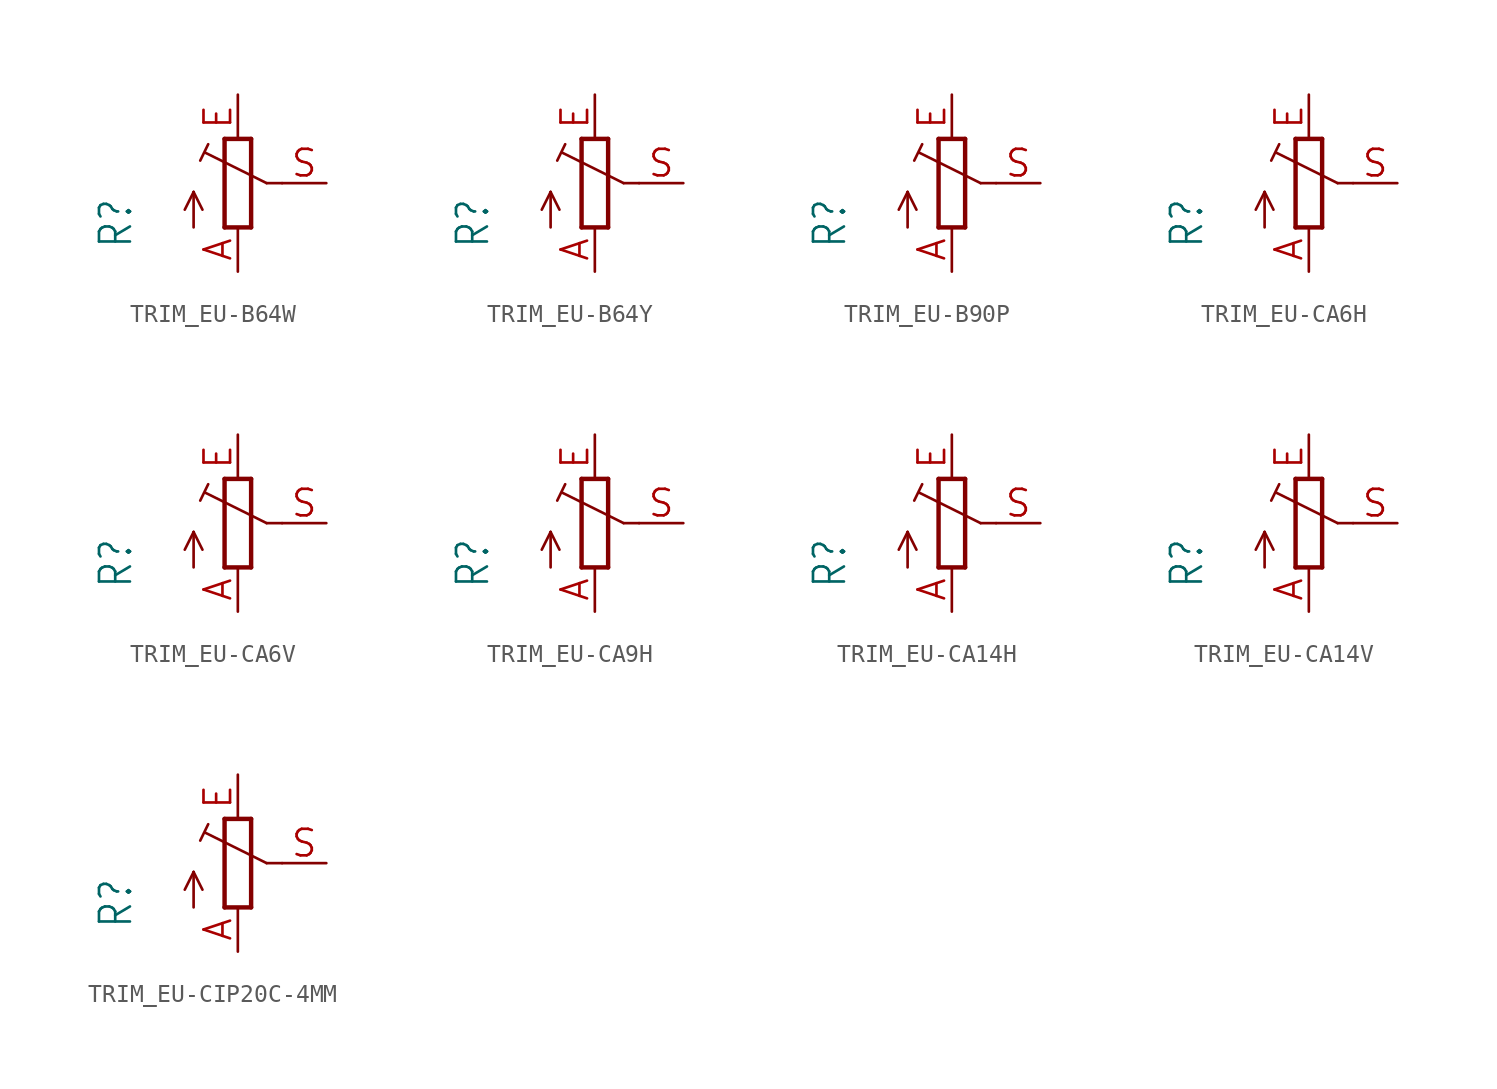
<source format=kicad_sym>
(kicad_symbol_lib
  (version 20241209)
  (generator "kicad_symbol_editor")
  (generator_version "9.0")
  (symbol "TRIM_EU-B64W"
    (property "Reference" "R"
      (at -5.969 -3.81 90)
      (effects (font (size 1.778 1.511)) (justify left bottom)))
    (property "Value" ""
      (at -3.81 -3.81 90)
      (effects (font (size 1.778 1.511)) (justify left bottom)))
    (property "ki_locked" ""
      (at 0 0 0)
      (effects (font (size 1.27 1.27))))
    (symbol "TRIM_EU-B64W_1_0"
      (polyline (pts (xy -2.54 -0.508) (xy -3.048 -1.524)) (stroke (width 0.152) (type solid)) (fill (type none)))
      (polyline (pts (xy -2.54 -0.508) (xy -2.032 -1.524)) (stroke (width 0.152) (type solid)) (fill (type none)))
      (polyline (pts (xy -2.54 -2.54) (xy -2.54 -0.508)) (stroke (width 0.152) (type solid)) (fill (type none)))
      (polyline (pts (xy -2.16 1.294) (xy -1.702 2.235)) (stroke (width 0.152) (type solid)) (fill (type none)))
      (polyline (pts (xy -0.762 2.54) (xy -0.762 -2.54)) (stroke (width 0.254) (type solid)) (fill (type none)))
      (polyline (pts (xy -0.762 -2.54) (xy 0.762 -2.54)) (stroke (width 0.254) (type solid)) (fill (type none)))
      (polyline (pts (xy 0.762 2.54) (xy -0.762 2.54)) (stroke (width 0.254) (type solid)) (fill (type none)))
      (polyline (pts (xy 0.762 -2.54) (xy 0.762 2.54)) (stroke (width 0.254) (type solid)) (fill (type none)))
      (polyline (pts (xy 1.651 0) (xy -1.88 1.753)) (stroke (width 0.152) (type solid)) (fill (type none)))
      (polyline (pts (xy 2.54 0) (xy 1.651 0)) (stroke (width 0.152) (type solid)) (fill (type none)))
      (pin passive line (at 0 5.08 270) (length 2.54) (name "E" (effects (font (size 0 0)))) (number "E" (effects (font (size 1.524 1.524)))))
      (pin passive line (at 0 -5.08 90) (length 2.54) (name "A" (effects (font (size 0 0)))) (number "A" (effects (font (size 1.524 1.524)))))
      (pin passive line (at 5.08 0 180) (length 2.54) (name "S" (effects (font (size 0 0)))) (number "S" (effects (font (size 1.524 1.524)))))))
  (symbol "TRIM_EU-B64Y"
    (property "Reference" "R"
      (at -5.969 -3.81 90)
      (effects (font (size 1.778 1.511)) (justify left bottom)))
    (property "Value" ""
      (at -3.81 -3.81 90)
      (effects (font (size 1.778 1.511)) (justify left bottom)))
    (property "ki_locked" ""
      (at 0 0 0)
      (effects (font (size 1.27 1.27))))
    (symbol "TRIM_EU-B64Y_1_0"
      (polyline (pts (xy -2.54 -0.508) (xy -3.048 -1.524)) (stroke (width 0.152) (type solid)) (fill (type none)))
      (polyline (pts (xy -2.54 -0.508) (xy -2.032 -1.524)) (stroke (width 0.152) (type solid)) (fill (type none)))
      (polyline (pts (xy -2.54 -2.54) (xy -2.54 -0.508)) (stroke (width 0.152) (type solid)) (fill (type none)))
      (polyline (pts (xy -2.16 1.294) (xy -1.702 2.235)) (stroke (width 0.152) (type solid)) (fill (type none)))
      (polyline (pts (xy -0.762 2.54) (xy -0.762 -2.54)) (stroke (width 0.254) (type solid)) (fill (type none)))
      (polyline (pts (xy -0.762 -2.54) (xy 0.762 -2.54)) (stroke (width 0.254) (type solid)) (fill (type none)))
      (polyline (pts (xy 0.762 2.54) (xy -0.762 2.54)) (stroke (width 0.254) (type solid)) (fill (type none)))
      (polyline (pts (xy 0.762 -2.54) (xy 0.762 2.54)) (stroke (width 0.254) (type solid)) (fill (type none)))
      (polyline (pts (xy 1.651 0) (xy -1.88 1.753)) (stroke (width 0.152) (type solid)) (fill (type none)))
      (polyline (pts (xy 2.54 0) (xy 1.651 0)) (stroke (width 0.152) (type solid)) (fill (type none)))
      (pin passive line (at 0 5.08 270) (length 2.54) (name "E" (effects (font (size 0 0)))) (number "E" (effects (font (size 1.524 1.524)))))
      (pin passive line (at 0 -5.08 90) (length 2.54) (name "A" (effects (font (size 0 0)))) (number "A" (effects (font (size 1.524 1.524)))))
      (pin passive line (at 5.08 0 180) (length 2.54) (name "S" (effects (font (size 0 0)))) (number "S" (effects (font (size 1.524 1.524)))))))
  (symbol "TRIM_EU-B90P"
    (property "Reference" "R"
      (at -5.969 -3.81 90)
      (effects (font (size 1.778 1.511)) (justify left bottom)))
    (property "Value" ""
      (at -3.81 -3.81 90)
      (effects (font (size 1.778 1.511)) (justify left bottom)))
    (property "ki_locked" ""
      (at 0 0 0)
      (effects (font (size 1.27 1.27))))
    (symbol "TRIM_EU-B90P_1_0"
      (polyline (pts (xy -2.54 -0.508) (xy -3.048 -1.524)) (stroke (width 0.152) (type solid)) (fill (type none)))
      (polyline (pts (xy -2.54 -0.508) (xy -2.032 -1.524)) (stroke (width 0.152) (type solid)) (fill (type none)))
      (polyline (pts (xy -2.54 -2.54) (xy -2.54 -0.508)) (stroke (width 0.152) (type solid)) (fill (type none)))
      (polyline (pts (xy -2.16 1.294) (xy -1.702 2.235)) (stroke (width 0.152) (type solid)) (fill (type none)))
      (polyline (pts (xy -0.762 2.54) (xy -0.762 -2.54)) (stroke (width 0.254) (type solid)) (fill (type none)))
      (polyline (pts (xy -0.762 -2.54) (xy 0.762 -2.54)) (stroke (width 0.254) (type solid)) (fill (type none)))
      (polyline (pts (xy 0.762 2.54) (xy -0.762 2.54)) (stroke (width 0.254) (type solid)) (fill (type none)))
      (polyline (pts (xy 0.762 -2.54) (xy 0.762 2.54)) (stroke (width 0.254) (type solid)) (fill (type none)))
      (polyline (pts (xy 1.651 0) (xy -1.88 1.753)) (stroke (width 0.152) (type solid)) (fill (type none)))
      (polyline (pts (xy 2.54 0) (xy 1.651 0)) (stroke (width 0.152) (type solid)) (fill (type none)))
      (pin passive line (at 0 5.08 270) (length 2.54) (name "E" (effects (font (size 0 0)))) (number "E" (effects (font (size 1.524 1.524)))))
      (pin passive line (at 0 -5.08 90) (length 2.54) (name "A" (effects (font (size 0 0)))) (number "A" (effects (font (size 1.524 1.524)))))
      (pin passive line (at 5.08 0 180) (length 2.54) (name "S" (effects (font (size 0 0)))) (number "S" (effects (font (size 1.524 1.524)))))))
  (symbol "TRIM_EU-CA6H"
    (property "Reference" "R"
      (at -5.969 -3.81 90)
      (effects (font (size 1.778 1.511)) (justify left bottom)))
    (property "Value" ""
      (at -3.81 -3.81 90)
      (effects (font (size 1.778 1.511)) (justify left bottom)))
    (property "ki_locked" ""
      (at 0 0 0)
      (effects (font (size 1.27 1.27))))
    (symbol "TRIM_EU-CA6H_1_0"
      (polyline (pts (xy -2.54 -0.508) (xy -3.048 -1.524)) (stroke (width 0.152) (type solid)) (fill (type none)))
      (polyline (pts (xy -2.54 -0.508) (xy -2.032 -1.524)) (stroke (width 0.152) (type solid)) (fill (type none)))
      (polyline (pts (xy -2.54 -2.54) (xy -2.54 -0.508)) (stroke (width 0.152) (type solid)) (fill (type none)))
      (polyline (pts (xy -2.16 1.294) (xy -1.702 2.235)) (stroke (width 0.152) (type solid)) (fill (type none)))
      (polyline (pts (xy -0.762 2.54) (xy -0.762 -2.54)) (stroke (width 0.254) (type solid)) (fill (type none)))
      (polyline (pts (xy -0.762 -2.54) (xy 0.762 -2.54)) (stroke (width 0.254) (type solid)) (fill (type none)))
      (polyline (pts (xy 0.762 2.54) (xy -0.762 2.54)) (stroke (width 0.254) (type solid)) (fill (type none)))
      (polyline (pts (xy 0.762 -2.54) (xy 0.762 2.54)) (stroke (width 0.254) (type solid)) (fill (type none)))
      (polyline (pts (xy 1.651 0) (xy -1.88 1.753)) (stroke (width 0.152) (type solid)) (fill (type none)))
      (polyline (pts (xy 2.54 0) (xy 1.651 0)) (stroke (width 0.152) (type solid)) (fill (type none)))
      (pin passive line (at 0 5.08 270) (length 2.54) (name "E" (effects (font (size 0 0)))) (number "E" (effects (font (size 1.524 1.524)))))
      (pin passive line (at 0 -5.08 90) (length 2.54) (name "A" (effects (font (size 0 0)))) (number "A" (effects (font (size 1.524 1.524)))))
      (pin passive line (at 5.08 0 180) (length 2.54) (name "S" (effects (font (size 0 0)))) (number "S" (effects (font (size 1.524 1.524)))))))
  (symbol "TRIM_EU-CA6V"
    (property "Reference" "R"
      (at -5.969 -3.81 90)
      (effects (font (size 1.778 1.511)) (justify left bottom)))
    (property "Value" ""
      (at -3.81 -3.81 90)
      (effects (font (size 1.778 1.511)) (justify left bottom)))
    (property "ki_locked" ""
      (at 0 0 0)
      (effects (font (size 1.27 1.27))))
    (symbol "TRIM_EU-CA6V_1_0"
      (polyline (pts (xy -2.54 -0.508) (xy -3.048 -1.524)) (stroke (width 0.152) (type solid)) (fill (type none)))
      (polyline (pts (xy -2.54 -0.508) (xy -2.032 -1.524)) (stroke (width 0.152) (type solid)) (fill (type none)))
      (polyline (pts (xy -2.54 -2.54) (xy -2.54 -0.508)) (stroke (width 0.152) (type solid)) (fill (type none)))
      (polyline (pts (xy -2.16 1.294) (xy -1.702 2.235)) (stroke (width 0.152) (type solid)) (fill (type none)))
      (polyline (pts (xy -0.762 2.54) (xy -0.762 -2.54)) (stroke (width 0.254) (type solid)) (fill (type none)))
      (polyline (pts (xy -0.762 -2.54) (xy 0.762 -2.54)) (stroke (width 0.254) (type solid)) (fill (type none)))
      (polyline (pts (xy 0.762 2.54) (xy -0.762 2.54)) (stroke (width 0.254) (type solid)) (fill (type none)))
      (polyline (pts (xy 0.762 -2.54) (xy 0.762 2.54)) (stroke (width 0.254) (type solid)) (fill (type none)))
      (polyline (pts (xy 1.651 0) (xy -1.88 1.753)) (stroke (width 0.152) (type solid)) (fill (type none)))
      (polyline (pts (xy 2.54 0) (xy 1.651 0)) (stroke (width 0.152) (type solid)) (fill (type none)))
      (pin passive line (at 0 5.08 270) (length 2.54) (name "E" (effects (font (size 0 0)))) (number "E" (effects (font (size 1.524 1.524)))))
      (pin passive line (at 0 -5.08 90) (length 2.54) (name "A" (effects (font (size 0 0)))) (number "A" (effects (font (size 1.524 1.524)))))
      (pin passive line (at 5.08 0 180) (length 2.54) (name "S" (effects (font (size 0 0)))) (number "S" (effects (font (size 1.524 1.524)))))))
  (symbol "TRIM_EU-CA9H"
    (property "Reference" "R"
      (at -5.969 -3.81 90)
      (effects (font (size 1.778 1.511)) (justify left bottom)))
    (property "Value" ""
      (at -3.81 -3.81 90)
      (effects (font (size 1.778 1.511)) (justify left bottom)))
    (property "ki_locked" ""
      (at 0 0 0)
      (effects (font (size 1.27 1.27))))
    (symbol "TRIM_EU-CA9H_1_0"
      (polyline (pts (xy -2.54 -0.508) (xy -3.048 -1.524)) (stroke (width 0.152) (type solid)) (fill (type none)))
      (polyline (pts (xy -2.54 -0.508) (xy -2.032 -1.524)) (stroke (width 0.152) (type solid)) (fill (type none)))
      (polyline (pts (xy -2.54 -2.54) (xy -2.54 -0.508)) (stroke (width 0.152) (type solid)) (fill (type none)))
      (polyline (pts (xy -2.16 1.294) (xy -1.702 2.235)) (stroke (width 0.152) (type solid)) (fill (type none)))
      (polyline (pts (xy -0.762 2.54) (xy -0.762 -2.54)) (stroke (width 0.254) (type solid)) (fill (type none)))
      (polyline (pts (xy -0.762 -2.54) (xy 0.762 -2.54)) (stroke (width 0.254) (type solid)) (fill (type none)))
      (polyline (pts (xy 0.762 2.54) (xy -0.762 2.54)) (stroke (width 0.254) (type solid)) (fill (type none)))
      (polyline (pts (xy 0.762 -2.54) (xy 0.762 2.54)) (stroke (width 0.254) (type solid)) (fill (type none)))
      (polyline (pts (xy 1.651 0) (xy -1.88 1.753)) (stroke (width 0.152) (type solid)) (fill (type none)))
      (polyline (pts (xy 2.54 0) (xy 1.651 0)) (stroke (width 0.152) (type solid)) (fill (type none)))
      (pin passive line (at 0 5.08 270) (length 2.54) (name "E" (effects (font (size 0 0)))) (number "E" (effects (font (size 1.524 1.524)))))
      (pin passive line (at 0 -5.08 90) (length 2.54) (name "A" (effects (font (size 0 0)))) (number "A" (effects (font (size 1.524 1.524)))))
      (pin passive line (at 5.08 0 180) (length 2.54) (name "S" (effects (font (size 0 0)))) (number "S" (effects (font (size 1.524 1.524)))))))
  (symbol "TRIM_EU-CA14H"
    (property "Reference" "R"
      (at -5.969 -3.81 90)
      (effects (font (size 1.778 1.511)) (justify left bottom)))
    (property "Value" ""
      (at -3.81 -3.81 90)
      (effects (font (size 1.778 1.511)) (justify left bottom)))
    (property "ki_locked" ""
      (at 0 0 0)
      (effects (font (size 1.27 1.27))))
    (symbol "TRIM_EU-CA14H_1_0"
      (polyline (pts (xy -2.54 -0.508) (xy -3.048 -1.524)) (stroke (width 0.152) (type solid)) (fill (type none)))
      (polyline (pts (xy -2.54 -0.508) (xy -2.032 -1.524)) (stroke (width 0.152) (type solid)) (fill (type none)))
      (polyline (pts (xy -2.54 -2.54) (xy -2.54 -0.508)) (stroke (width 0.152) (type solid)) (fill (type none)))
      (polyline (pts (xy -2.16 1.294) (xy -1.702 2.235)) (stroke (width 0.152) (type solid)) (fill (type none)))
      (polyline (pts (xy -0.762 2.54) (xy -0.762 -2.54)) (stroke (width 0.254) (type solid)) (fill (type none)))
      (polyline (pts (xy -0.762 -2.54) (xy 0.762 -2.54)) (stroke (width 0.254) (type solid)) (fill (type none)))
      (polyline (pts (xy 0.762 2.54) (xy -0.762 2.54)) (stroke (width 0.254) (type solid)) (fill (type none)))
      (polyline (pts (xy 0.762 -2.54) (xy 0.762 2.54)) (stroke (width 0.254) (type solid)) (fill (type none)))
      (polyline (pts (xy 1.651 0) (xy -1.88 1.753)) (stroke (width 0.152) (type solid)) (fill (type none)))
      (polyline (pts (xy 2.54 0) (xy 1.651 0)) (stroke (width 0.152) (type solid)) (fill (type none)))
      (pin passive line (at 0 5.08 270) (length 2.54) (name "E" (effects (font (size 0 0)))) (number "E" (effects (font (size 1.524 1.524)))))
      (pin passive line (at 0 -5.08 90) (length 2.54) (name "A" (effects (font (size 0 0)))) (number "A" (effects (font (size 1.524 1.524)))))
      (pin passive line (at 5.08 0 180) (length 2.54) (name "S" (effects (font (size 0 0)))) (number "S" (effects (font (size 1.524 1.524)))))))
  (symbol "TRIM_EU-CA14V"
    (property "Reference" "R"
      (at -5.969 -3.81 90)
      (effects (font (size 1.778 1.511)) (justify left bottom)))
    (property "Value" ""
      (at -3.81 -3.81 90)
      (effects (font (size 1.778 1.511)) (justify left bottom)))
    (property "ki_locked" ""
      (at 0 0 0)
      (effects (font (size 1.27 1.27))))
    (symbol "TRIM_EU-CA14V_1_0"
      (polyline (pts (xy -2.54 -0.508) (xy -3.048 -1.524)) (stroke (width 0.152) (type solid)) (fill (type none)))
      (polyline (pts (xy -2.54 -0.508) (xy -2.032 -1.524)) (stroke (width 0.152) (type solid)) (fill (type none)))
      (polyline (pts (xy -2.54 -2.54) (xy -2.54 -0.508)) (stroke (width 0.152) (type solid)) (fill (type none)))
      (polyline (pts (xy -2.16 1.294) (xy -1.702 2.235)) (stroke (width 0.152) (type solid)) (fill (type none)))
      (polyline (pts (xy -0.762 2.54) (xy -0.762 -2.54)) (stroke (width 0.254) (type solid)) (fill (type none)))
      (polyline (pts (xy -0.762 -2.54) (xy 0.762 -2.54)) (stroke (width 0.254) (type solid)) (fill (type none)))
      (polyline (pts (xy 0.762 2.54) (xy -0.762 2.54)) (stroke (width 0.254) (type solid)) (fill (type none)))
      (polyline (pts (xy 0.762 -2.54) (xy 0.762 2.54)) (stroke (width 0.254) (type solid)) (fill (type none)))
      (polyline (pts (xy 1.651 0) (xy -1.88 1.753)) (stroke (width 0.152) (type solid)) (fill (type none)))
      (polyline (pts (xy 2.54 0) (xy 1.651 0)) (stroke (width 0.152) (type solid)) (fill (type none)))
      (pin passive line (at 0 5.08 270) (length 2.54) (name "E" (effects (font (size 0 0)))) (number "E" (effects (font (size 1.524 1.524)))))
      (pin passive line (at 0 -5.08 90) (length 2.54) (name "A" (effects (font (size 0 0)))) (number "A" (effects (font (size 1.524 1.524)))))
      (pin passive line (at 5.08 0 180) (length 2.54) (name "S" (effects (font (size 0 0)))) (number "S" (effects (font (size 1.524 1.524)))))))
  (symbol "TRIM_EU-CIP20C-4MM"
    (property "Reference" "R"
      (at -5.969 -3.81 90)
      (effects (font (size 1.778 1.511)) (justify left bottom)))
    (property "Value" ""
      (at -3.81 -3.81 90)
      (effects (font (size 1.778 1.511)) (justify left bottom)))
    (property "ki_locked" ""
      (at 0 0 0)
      (effects (font (size 1.27 1.27))))
    (symbol "TRIM_EU-CIP20C-4MM_1_0"
      (polyline (pts (xy -2.54 -0.508) (xy -3.048 -1.524)) (stroke (width 0.152) (type solid)) (fill (type none)))
      (polyline (pts (xy -2.54 -0.508) (xy -2.032 -1.524)) (stroke (width 0.152) (type solid)) (fill (type none)))
      (polyline (pts (xy -2.54 -2.54) (xy -2.54 -0.508)) (stroke (width 0.152) (type solid)) (fill (type none)))
      (polyline (pts (xy -2.16 1.294) (xy -1.702 2.235)) (stroke (width 0.152) (type solid)) (fill (type none)))
      (polyline (pts (xy -0.762 2.54) (xy -0.762 -2.54)) (stroke (width 0.254) (type solid)) (fill (type none)))
      (polyline (pts (xy -0.762 -2.54) (xy 0.762 -2.54)) (stroke (width 0.254) (type solid)) (fill (type none)))
      (polyline (pts (xy 0.762 2.54) (xy -0.762 2.54)) (stroke (width 0.254) (type solid)) (fill (type none)))
      (polyline (pts (xy 0.762 -2.54) (xy 0.762 2.54)) (stroke (width 0.254) (type solid)) (fill (type none)))
      (polyline (pts (xy 1.651 0) (xy -1.88 1.753)) (stroke (width 0.152) (type solid)) (fill (type none)))
      (polyline (pts (xy 2.54 0) (xy 1.651 0)) (stroke (width 0.152) (type solid)) (fill (type none)))
      (pin passive line (at 0 5.08 270) (length 2.54) (name "E" (effects (font (size 0 0)))) (number "E" (effects (font (size 1.524 1.524)))))
      (pin passive line (at 0 -5.08 90) (length 2.54) (name "A" (effects (font (size 0 0)))) (number "A" (effects (font (size 1.524 1.524)))))
      (pin passive line (at 5.08 0 180) (length 2.54) (name "S" (effects (font (size 0 0)))) (number "S" (effects (font (size 1.524 1.524))))))))
</source>
